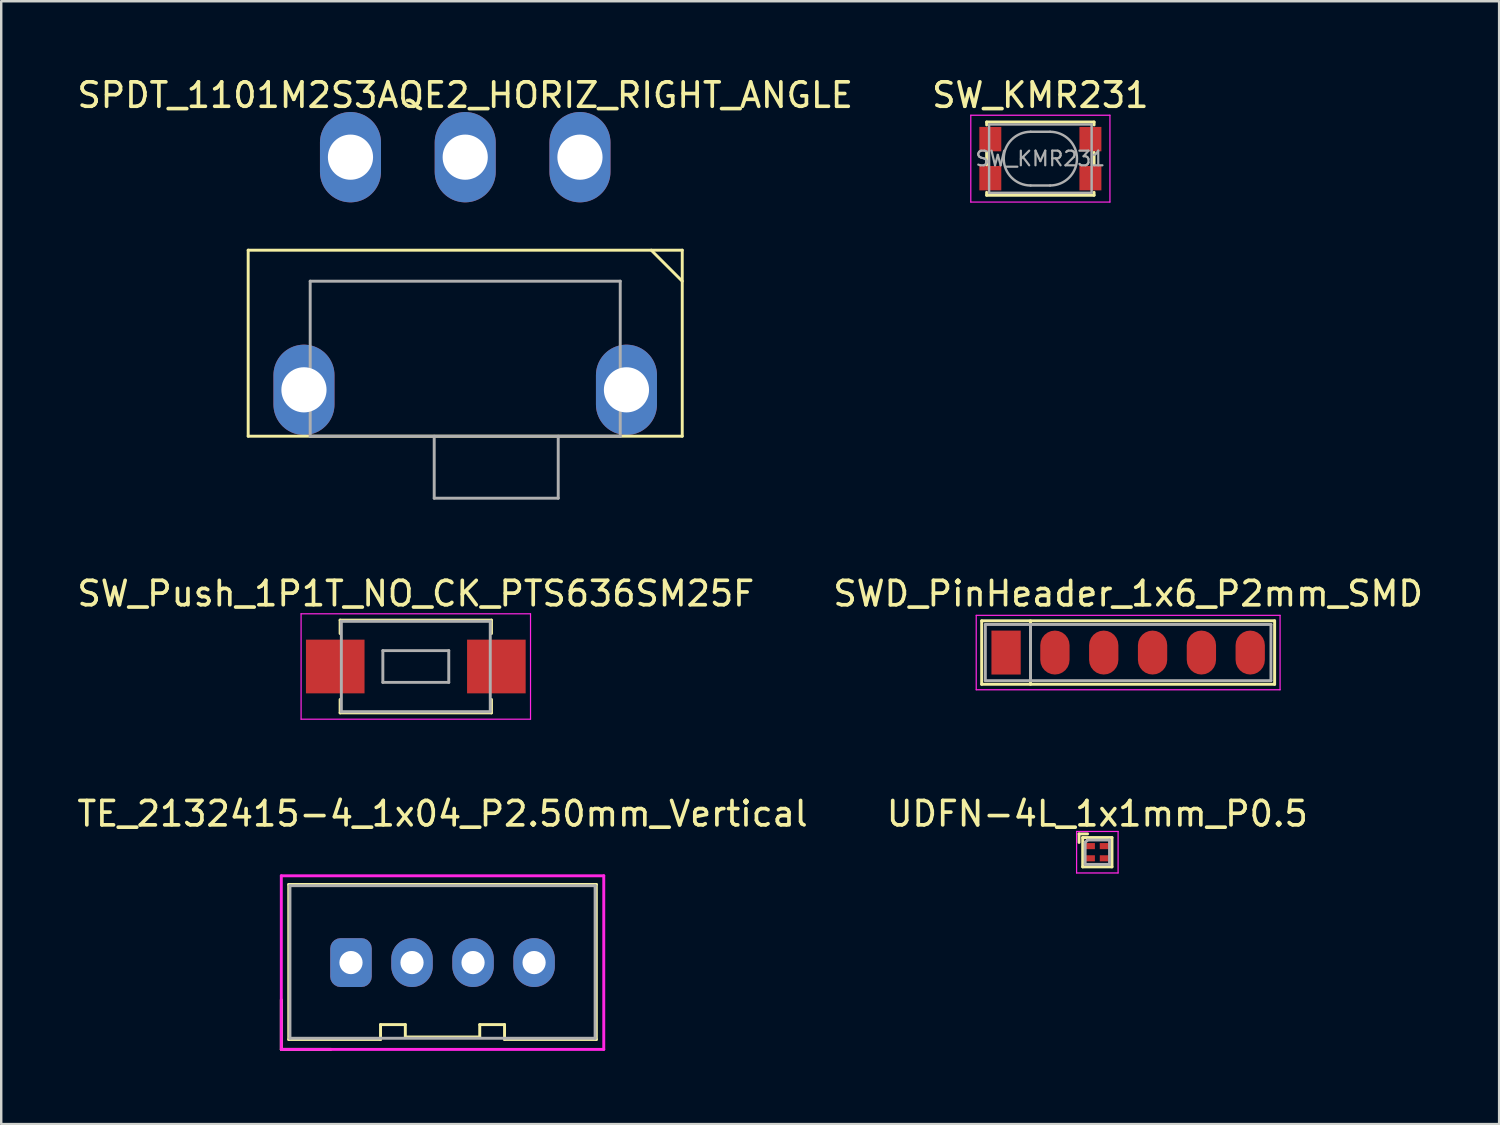
<source format=kicad_pcb>
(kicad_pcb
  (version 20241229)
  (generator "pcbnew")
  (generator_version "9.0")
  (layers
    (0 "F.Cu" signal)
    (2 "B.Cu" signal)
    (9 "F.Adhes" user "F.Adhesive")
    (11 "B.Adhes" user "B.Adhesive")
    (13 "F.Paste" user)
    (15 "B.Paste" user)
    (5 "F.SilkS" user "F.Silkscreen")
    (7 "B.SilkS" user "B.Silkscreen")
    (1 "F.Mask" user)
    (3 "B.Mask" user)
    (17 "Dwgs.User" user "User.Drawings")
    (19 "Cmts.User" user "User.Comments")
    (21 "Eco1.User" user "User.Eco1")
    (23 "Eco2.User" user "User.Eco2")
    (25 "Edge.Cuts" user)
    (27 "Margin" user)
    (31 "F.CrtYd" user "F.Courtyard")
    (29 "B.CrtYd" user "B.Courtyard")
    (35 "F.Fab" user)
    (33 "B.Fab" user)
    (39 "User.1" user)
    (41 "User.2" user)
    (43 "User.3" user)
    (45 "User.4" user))
  (footprint "SPDT_1101M2S3AQE2_HORIZ_RIGHT_ANGLE"
    (layer "F.Cu")
    (at 16.006 3.388)
    (property "Reference" "SPDT_1101M2S3AQE2_HORIZ_RIGHT_ANGLE" (at 0 -2.54 0) (layer "F.SilkS") (effects (font (size 1 1) (thickness 0.15))))
    (attr through_hole)
    (fp_line (start -8.89 3.81) (end -8.89 11.43) (stroke (width 0.12) (type solid)) (layer "F.SilkS"))
    (fp_line (start -8.89 11.43) (end 8.89 11.43) (stroke (width 0.12) (type solid)) (layer "F.SilkS"))
    (fp_line (start 8.89 3.81) (end -8.89 3.81) (stroke (width 0.12) (type solid)) (layer "F.SilkS"))
    (fp_line (start 8.89 5.08) (end 7.62 3.81) (stroke (width 0.12) (type solid)) (layer "F.SilkS"))
    (fp_line (start 8.89 11.43) (end 8.89 3.81) (stroke (width 0.12) (type solid)) (layer "F.SilkS"))
    (fp_line (start -6.35 5.08) (end 6.35 5.08) (stroke (width 0.12) (type solid)) (layer "F.Fab"))
    (fp_line (start -6.35 11.43) (end -6.35 5.08) (stroke (width 0.12) (type solid)) (layer "F.Fab"))
    (fp_line (start -1.27 11.43) (end -1.27 13.97) (stroke (width 0.12) (type solid)) (layer "F.Fab"))
    (fp_line (start -1.27 13.97) (end 3.81 13.97) (stroke (width 0.12) (type solid)) (layer "F.Fab"))
    (fp_line (start 3.81 13.97) (end 3.81 11.43) (stroke (width 0.12) (type solid)) (layer "F.Fab"))
    (fp_line (start 6.35 5.08) (end 6.35 11.43) (stroke (width 0.12) (type solid)) (layer "F.Fab"))
    (fp_line (start 6.35 11.43) (end -6.35 11.43) (stroke (width 0.12) (type solid)) (layer "F.Fab"))
    (pad "1" thru_hole oval (at 4.7 0) (size 2.5 3.7) (drill 1.85) (layers "*.Cu" "*.Mask"))
    (pad "2" thru_hole oval (at 0 0) (size 2.5 3.7) (drill 1.85) (layers "*.Cu" "*.Mask"))
    (pad "3" thru_hole oval (at -4.7 0) (size 2.5 3.7) (drill 1.85) (layers "*.Cu" "*.Mask"))
    (pad "4" thru_hole oval (at 6.605 9.53) (size 2.5 3.7) (drill 1.85) (layers "*.Cu" "*.Mask"))
    (pad "5" thru_hole oval (at -6.605 9.53) (size 2.5 3.7) (drill 1.85) (layers "*.Cu" "*.Mask")))
  (footprint "SW_Push_1P1T_NO_CK_PTS636SM25F"
    (layer "F.Cu")
    (at 13.982 24.251)
    (property "Reference" "SW_Push_1P1T_NO_CK_PTS636SM25F" (at 0 -2.985 0) (layer "F.SilkS") (effects (font (size 1 1) (thickness 0.15))))
    (attr through_hole)
    (fp_line (start -3.1 -1.9) (end -3.1 -1.35) (stroke (width 0.12) (type solid)) (layer "F.SilkS"))
    (fp_line (start -3.1 -1.9) (end 3.1 -1.9) (stroke (width 0.12) (type solid)) (layer "F.SilkS"))
    (fp_line (start -3.1 1.9) (end -3.1 1.35) (stroke (width 0.12) (type solid)) (layer "F.SilkS"))
    (fp_line (start -3.1 1.9) (end 3.1 1.9) (stroke (width 0.12) (type solid)) (layer "F.SilkS"))
    (fp_line (start 3.1 -1.9) (end 3.1 -1.35) (stroke (width 0.12) (type solid)) (layer "F.SilkS"))
    (fp_line (start 3.1 1.9) (end 3.1 1.35) (stroke (width 0.12) (type solid)) (layer "F.SilkS"))
    (fp_line (start -4.699 -2.159) (end 4.699 -2.159) (stroke (width 0.05) (type solid)) (layer "F.CrtYd"))
    (fp_line (start -4.699 2.159) (end -4.699 -2.159) (stroke (width 0.05) (type solid)) (layer "F.CrtYd"))
    (fp_line (start 4.699 -2.159) (end 4.699 2.159) (stroke (width 0.05) (type solid)) (layer "F.CrtYd"))
    (fp_line (start 4.699 2.159) (end -4.699 2.159) (stroke (width 0.05) (type solid)) (layer "F.CrtYd"))
    (fp_line (start -3.05 -1.85) (end 3.05 -1.85) (stroke (width 0.12) (type solid)) (layer "F.Fab"))
    (fp_line (start -3.05 1.85) (end -3.05 -1.85) (stroke (width 0.12) (type solid)) (layer "F.Fab"))
    (fp_line (start -1.35 -0.65) (end 1.35 -0.65) (stroke (width 0.12) (type solid)) (layer "F.Fab"))
    (fp_line (start -1.35 0.65) (end -1.35 -0.65) (stroke (width 0.12) (type solid)) (layer "F.Fab"))
    (fp_line (start 1.35 -0.65) (end 1.35 0.65) (stroke (width 0.12) (type solid)) (layer "F.Fab"))
    (fp_line (start 1.35 0.65) (end -1.35 0.65) (stroke (width 0.12) (type solid)) (layer "F.Fab"))
    (fp_line (start 3.05 -1.85) (end 3.05 1.85) (stroke (width 0.12) (type solid)) (layer "F.Fab"))
    (fp_line (start 3.05 1.85) (end -3.05 1.85) (stroke (width 0.12) (type solid)) (layer "F.Fab"))
    (pad "1" smd rect (at -3.3 0) (size 2.4 2.2) (layers "F.Cu" "F.Mask" "F.Paste"))
    (pad "2" smd rect (at 3.3 0) (size 2.4 2.2) (layers "F.Cu" "F.Mask" "F.Paste")))
  (footprint "UDFN-4L_1x1mm_P0.5"
    (layer "F.Cu")
    (at 41.899 31.858)
    (property "Reference" "UDFN-4L_1x1mm_P0.5" (at 0 -1.575 0) (layer "F.SilkS") (effects (font (size 1 1) (thickness 0.15))))
    (attr smd)
    (fp_line (start -0.75 -0.75) (end -0.4 -0.75) (stroke (width 0.12) (type solid)) (layer "F.SilkS"))
    (fp_line (start -0.75 -0.4) (end -0.75 -0.75) (stroke (width 0.12) (type solid)) (layer "F.SilkS"))
    (fp_line (start -0.6 -0.6) (end 0.6 -0.6) (stroke (width 0.12) (type solid)) (layer "F.SilkS"))
    (fp_line (start -0.6 0.6) (end -0.6 -0.6) (stroke (width 0.12) (type solid)) (layer "F.SilkS"))
    (fp_line (start 0.6 -0.6) (end 0.6 0.6) (stroke (width 0.12) (type solid)) (layer "F.SilkS"))
    (fp_line (start 0.6 0.6) (end -0.6 0.6) (stroke (width 0.12) (type solid)) (layer "F.SilkS"))
    (fp_line (start -0.85 -0.85) (end 0.85 -0.85) (stroke (width 0.05) (type solid)) (layer "F.CrtYd"))
    (fp_line (start -0.85 0.85) (end -0.85 -0.85) (stroke (width 0.05) (type solid)) (layer "F.CrtYd"))
    (fp_line (start 0.85 -0.85) (end 0.85 0.85) (stroke (width 0.05) (type solid)) (layer "F.CrtYd"))
    (fp_line (start 0.85 0.85) (end -0.85 0.85) (stroke (width 0.05) (type solid)) (layer "F.CrtYd"))
    (fp_line (start -0.5 -0.4) (end -0.4 -0.5) (stroke (width 0.12) (type solid)) (layer "F.Fab"))
    (fp_line (start -0.5 0.5) (end -0.5 -0.4) (stroke (width 0.12) (type solid)) (layer "F.Fab"))
    (fp_line (start -0.4 -0.5) (end 0.5 -0.5) (stroke (width 0.12) (type solid)) (layer "F.Fab"))
    (fp_line (start 0.5 -0.5) (end 0.5 0.5) (stroke (width 0.12) (type solid)) (layer "F.Fab"))
    (fp_line (start 0.5 0.5) (end -0.5 0.5) (stroke (width 0.12) (type solid)) (layer "F.Fab"))
    (pad "1" smd rect (at -0.325 -0.25) (size 0.45 0.25) (layers "F.Cu" "F.Mask" "F.Paste"))
    (pad "2" smd rect (at -0.325 0.25) (size 0.45 0.25) (layers "F.Cu" "F.Mask" "F.Paste"))
    (pad "3" smd rect (at 0.325 0.25) (size 0.45 0.25) (layers "F.Cu" "F.Mask" "F.Paste"))
    (pad "4" smd rect (at 0.325 -0.25) (size 0.45 0.25) (layers "F.Cu" "F.Mask" "F.Paste")))
  (footprint "SW_KMR231"
    (layer "F.Cu")
    (at 39.565 3.448)
    (property "Reference" "SW_KMR231" (at 0 -2.6 0) (layer "F.SilkS") (effects (font (size 1 1) (thickness 0.15))))
    (attr smd)
    (fp_line (start -2.2 -1.5) (end -2.2 -1.38) (stroke (width 0.12) (type solid)) (layer "F.SilkS"))
    (fp_line (start -2.2 -0.254) (end -2.2 0.254) (stroke (width 0.12) (type solid)) (layer "F.SilkS"))
    (fp_line (start -2.2 1.38) (end -2.2 1.5) (stroke (width 0.12) (type solid)) (layer "F.SilkS"))
    (fp_line (start -2.2 1.5) (end 2.2 1.5) (stroke (width 0.12) (type solid)) (layer "F.SilkS"))
    (fp_line (start 2.2 -1.5) (end -2.2 -1.5) (stroke (width 0.12) (type solid)) (layer "F.SilkS"))
    (fp_line (start 2.2 -1.38) (end 2.2 -1.5) (stroke (width 0.12) (type solid)) (layer "F.SilkS"))
    (fp_line (start 2.2 0.254) (end 2.2 -0.254) (stroke (width 0.12) (type solid)) (layer "F.SilkS"))
    (fp_line (start 2.2 1.5) (end 2.2 1.38) (stroke (width 0.12) (type solid)) (layer "F.SilkS"))
    (fp_line (start -2.85 -1.778) (end 2.85 -1.778) (stroke (width 0.05) (type solid)) (layer "F.CrtYd"))
    (fp_line (start -2.85 1.778) (end -2.85 -1.778) (stroke (width 0.05) (type solid)) (layer "F.CrtYd"))
    (fp_line (start 2.85 -1.778) (end 2.85 1.778) (stroke (width 0.05) (type solid)) (layer "F.CrtYd"))
    (fp_line (start 2.85 1.778) (end -2.85 1.778) (stroke (width 0.05) (type solid)) (layer "F.CrtYd"))
    (fp_line (start -2.1 -1.4) (end -2.1 1.4) (stroke (width 0.1) (type solid)) (layer "F.Fab"))
    (fp_line (start -2.1 1.4) (end 2.1 1.4) (stroke (width 0.1) (type solid)) (layer "F.Fab"))
    (fp_line (start -0.4 -1.1) (end 0.4 -1.1) (stroke (width 0.1) (type solid)) (layer "F.Fab"))
    (fp_line (start 0.4 1.1) (end -0.4 1.1) (stroke (width 0.1) (type solid)) (layer "F.Fab"))
    (fp_line (start 2.1 -1.4) (end -2.1 -1.4) (stroke (width 0.1) (type solid)) (layer "F.Fab"))
    (fp_line (start 2.1 1.4) (end 2.1 -1.4) (stroke (width 0.1) (type solid)) (layer "F.Fab"))
    (fp_arc (start -0.4 1.1) (mid -1.5 0) (end -0.4 -1.1) (stroke (width 0.1) (type solid)) (layer "F.Fab"))
    (fp_arc (start 0.4 -1.1) (mid 1.5 0) (end 0.4 1.1) (stroke (width 0.1) (type solid)) (layer "F.Fab"))
    (fp_text user "${REFERENCE}" (at 0 0 0) (layer "F.Fab") (effects (font (size 0.6 0.6) (thickness 0.09))))
    (pad "1" smd rect (at -2.05 -0.8) (size 0.9 1) (layers "F.Cu" "F.Mask" "F.Paste"))
    (pad "2" smd rect (at -2.05 0.8) (size 0.9 1) (layers "F.Cu" "F.Mask" "F.Paste"))
    (pad "3" smd rect (at 2.05 -0.8) (size 0.9 1) (layers "F.Cu" "F.Mask" "F.Paste"))
    (pad "4" smd rect (at 2.05 0.8) (size 0.9 1) (layers "F.Cu" "F.Mask" "F.Paste")))
  (footprint "SWD_PinHeader_1x6_P2mm_SMD"
    (layer "F.Cu")
    (at 43.161 23.68)
    (property "Reference" "SWD_PinHeader_1x6_P2mm_SMD" (at 0 -2.413 0) (layer "F.SilkS") (effects (font (size 1 1) (thickness 0.15))))
    (attr smd)
    (fp_line (start -6 -1.3) (end 6 -1.3) (stroke (width 0.12) (type solid)) (layer "F.SilkS"))
    (fp_line (start -6 1.3) (end -6 -1.3) (stroke (width 0.12) (type solid)) (layer "F.SilkS"))
    (fp_line (start -4 1.3) (end -4 -1.3) (stroke (width 0.12) (type solid)) (layer "F.SilkS"))
    (fp_line (start 6 -1.3) (end 6 1.3) (stroke (width 0.12) (type solid)) (layer "F.SilkS"))
    (fp_line (start 6 1.3) (end -6 1.3) (stroke (width 0.12) (type solid)) (layer "F.SilkS"))
    (fp_line (start -6.223 -1.524) (end 6.223 -1.524) (stroke (width 0.05) (type solid)) (layer "F.CrtYd"))
    (fp_line (start -6.223 1.524) (end -6.223 -1.524) (stroke (width 0.05) (type solid)) (layer "F.CrtYd"))
    (fp_line (start 6.223 -1.524) (end 6.223 1.524) (stroke (width 0.05) (type solid)) (layer "F.CrtYd"))
    (fp_line (start 6.223 1.524) (end -6.223 1.524) (stroke (width 0.05) (type solid)) (layer "F.CrtYd"))
    (fp_line (start -5.85 -1.15) (end 5.85 -1.15) (stroke (width 0.12) (type solid)) (layer "F.Fab"))
    (fp_line (start -5.85 1.15) (end -5.85 -1.15) (stroke (width 0.12) (type solid)) (layer "F.Fab"))
    (fp_line (start -4 1.15) (end -4 -1.15) (stroke (width 0.12) (type solid)) (layer "F.Fab"))
    (fp_line (start 5.85 -1.15) (end 5.85 1.15) (stroke (width 0.12) (type solid)) (layer "F.Fab"))
    (fp_line (start 5.85 1.15) (end -5.85 1.15) (stroke (width 0.12) (type solid)) (layer "F.Fab"))
    (pad "1" smd rect (at -5 0) (size 1.2 1.8) (layers "F.Cu" "F.Mask"))
    (pad "2" smd roundrect (at -3 0) (size 1.2 1.8) (layers "F.Cu" "F.Mask") (roundrect_rratio 0.5))
    (pad "3" smd roundrect (at -1 0) (size 1.2 1.8) (layers "F.Cu" "F.Mask") (roundrect_rratio 0.5))
    (pad "4" smd roundrect (at 1 0) (size 1.2 1.8) (layers "F.Cu" "F.Mask") (roundrect_rratio 0.5))
    (pad "5" smd roundrect (at 3 0) (size 1.2 1.8) (layers "F.Cu" "F.Mask") (roundrect_rratio 0.5))
    (pad "6" smd roundrect (at 5 0) (size 1.2 1.8) (layers "F.Cu" "F.Mask") (roundrect_rratio 0.5)))
  (footprint "TE_2132415-4_1x04_P2.50mm_Vertical"
    (layer "F.Cu")
    (at 15.077 36.379)
    (property "Reference" "TE_2132415-4_1x04_P2.50mm_Vertical" (at 0 -6.096 0) (layer "F.SilkS") (effects (font (size 1 1) (thickness 0.15))))
    (attr through_hole)
    (fp_line (start -6.604 1.524) (end -6.604 3.556) (stroke (width 0.12) (type solid)) (layer "F.SilkS"))
    (fp_line (start -6.604 3.556) (end -4.572 3.556) (stroke (width 0.12) (type solid)) (layer "F.SilkS"))
    (fp_line (start -6.3 -3.2) (end 6.3 -3.2) (stroke (width 0.12) (type solid)) (layer "F.SilkS"))
    (fp_line (start -6.3 3.15) (end -6.3 -3.2) (stroke (width 0.12) (type solid)) (layer "F.SilkS"))
    (fp_line (start -2.54 2.54) (end -2.54 3.15) (stroke (width 0.12) (type solid)) (layer "F.SilkS"))
    (fp_line (start -2.54 3.15) (end -6.3 3.15) (stroke (width 0.12) (type solid)) (layer "F.SilkS"))
    (fp_line (start -1.524 2.54) (end -2.54 2.54) (stroke (width 0.12) (type solid)) (layer "F.SilkS"))
    (fp_line (start -1.524 3.048) (end -1.524 2.54) (stroke (width 0.12) (type solid)) (layer "F.SilkS"))
    (fp_line (start 1.524 2.54) (end 1.524 3.048) (stroke (width 0.12) (type solid)) (layer "F.SilkS"))
    (fp_line (start 1.524 3.048) (end -1.524 3.048) (stroke (width 0.12) (type solid)) (layer "F.SilkS"))
    (fp_line (start 2.54 2.54) (end 1.524 2.54) (stroke (width 0.12) (type solid)) (layer "F.SilkS"))
    (fp_line (start 2.54 3.15) (end 2.54 2.54) (stroke (width 0.12) (type solid)) (layer "F.SilkS"))
    (fp_line (start 6.3 -3.2) (end 6.3 3.15) (stroke (width 0.12) (type solid)) (layer "F.SilkS"))
    (fp_line (start 6.3 3.15) (end 2.54 3.15) (stroke (width 0.12) (type solid)) (layer "F.SilkS"))
    (fp_line (start -6.604 -3.556) (end 6.604 -3.556) (stroke (width 0.12) (type solid)) (layer "F.CrtYd"))
    (fp_line (start -6.604 3.556) (end -6.604 -3.556) (stroke (width 0.12) (type solid)) (layer "F.CrtYd"))
    (fp_line (start 6.604 -3.556) (end 6.604 3.556) (stroke (width 0.12) (type solid)) (layer "F.CrtYd"))
    (fp_line (start 6.604 3.556) (end -6.604 3.556) (stroke (width 0.12) (type solid)) (layer "F.CrtYd"))
    (fp_line (start -6.25 -3.15) (end 6.25 -3.15) (stroke (width 0.12) (type solid)) (layer "F.Fab"))
    (fp_line (start -6.25 3.1) (end -6.25 -3.15) (stroke (width 0.12) (type solid)) (layer "F.Fab"))
    (fp_line (start 6.25 -3.15) (end 6.25 3.1) (stroke (width 0.12) (type solid)) (layer "F.Fab"))
    (fp_line (start 6.25 3.1) (end -6.25 3.1) (stroke (width 0.12) (type solid)) (layer "F.Fab"))
    (pad "1" thru_hole roundrect (at -3.75 0) (size 1.7 2) (drill 0.95) (layers "*.Cu" "*.Mask") (roundrect_rratio 0.25))
    (pad "2" thru_hole oval (at -1.25 0) (size 1.7 2) (drill 0.95) (layers "*.Cu" "*.Mask"))
    (pad "3" thru_hole oval (at 1.25 0) (size 1.7 2) (drill 0.95) (layers "*.Cu" "*.Mask"))
    (pad "4" thru_hole oval (at 3.75 0) (size 1.7 2) (drill 0.95) (layers "*.Cu" "*.Mask")))
  (gr_rect
    (start -3 -3)
    (end 58.357 42.995)
    (stroke (width 0.1) (type default))
    (fill no)
    (layer "Edge.Cuts")))
</source>
